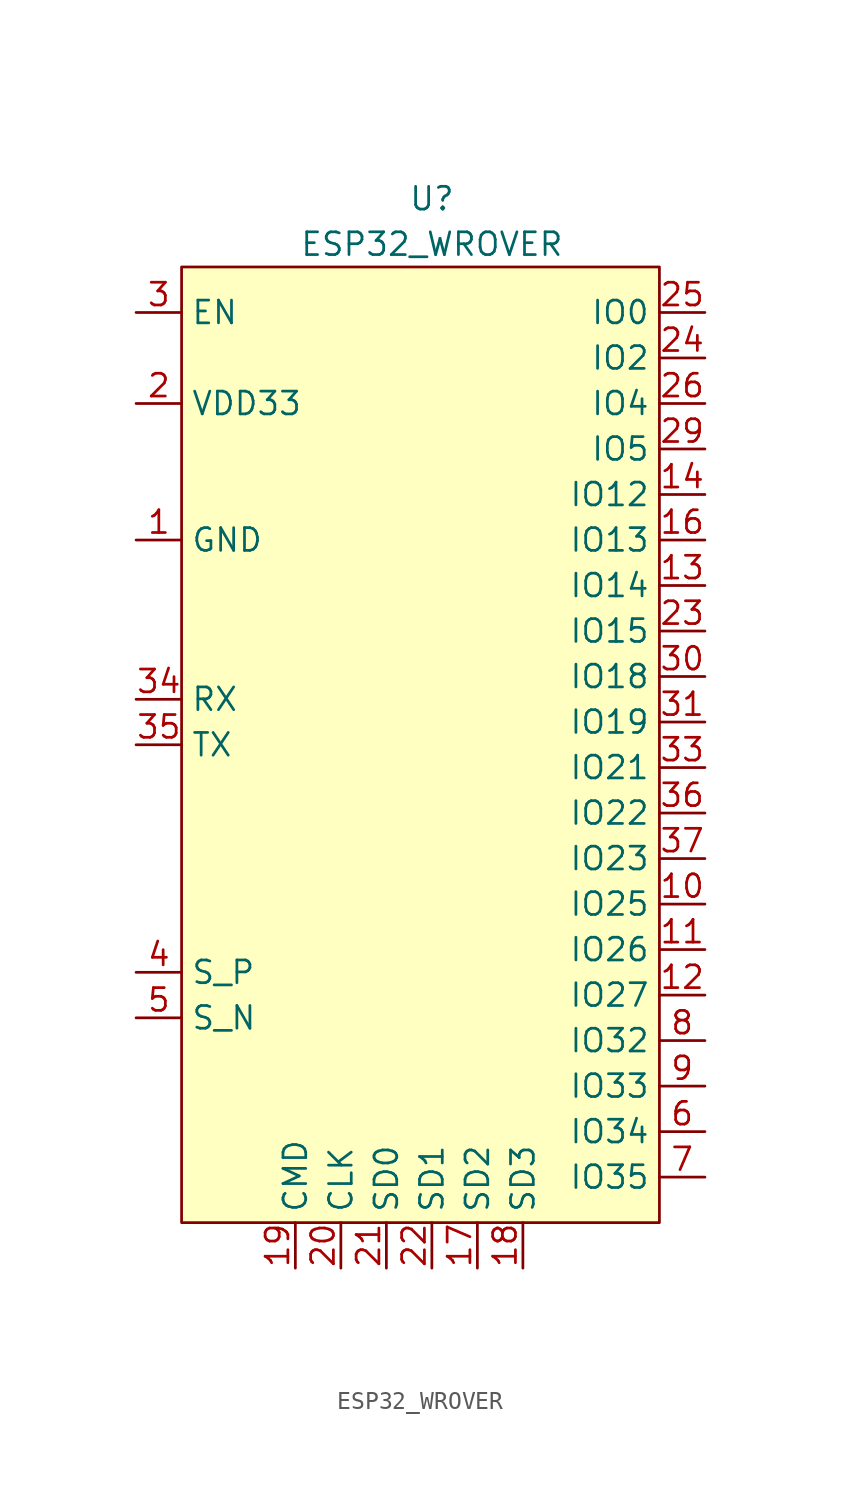
<source format=kicad_sym>
(kicad_symbol_lib
  (version 20211014)
  (generator kicad_symbol_editor)
  (symbol "ESP32_WROVER"
    (property "Reference" "U"
      (at 0 3.81 0)
      (effects (font (size 1.27 1.27))))
    (property "Value" "ESP32_WROVER"
      (at 0 1.27 0)
      (effects (font (size 1.27 1.27))))
    (symbol "ESP32_WROVER_0_0"
      (pin power_in line (at -16.51 -15.24 0) (length 2.54) (name "GND" (effects (font (size 1.27 1.27)))) (number "1" (effects (font (size 1.27 1.27)))))
      (pin bidirectional line (at 15.24 -35.56 180) (length 2.54) (name "IO25" (effects (font (size 1.27 1.27)))) (number "10" (effects (font (size 1.27 1.27)))))
      (pin input line (at 15.24 -38.1 180) (length 2.54) (name "IO26" (effects (font (size 1.27 1.27)))) (number "11" (effects (font (size 1.27 1.27)))))
      (pin output line (at 15.24 -40.64 180) (length 2.54) (name "IO27" (effects (font (size 1.27 1.27)))) (number "12" (effects (font (size 1.27 1.27)))))
      (pin bidirectional line (at 15.24 -17.78 180) (length 2.54) (name "IO14" (effects (font (size 1.27 1.27)))) (number "13" (effects (font (size 1.27 1.27)))))
      (pin bidirectional line (at 15.24 -12.7 180) (length 2.54) (name "IO12" (effects (font (size 1.27 1.27)))) (number "14" (effects (font (size 1.27 1.27)))))
      (pin bidirectional line (at -16.51 -15.24 0) (length 2.54) hide (name "GND" (effects (font (size 1.27 1.27)))) (number "15" (effects (font (size 1.27 1.27)))))
      (pin bidirectional line (at 15.24 -15.24 180) (length 2.54) (name "IO13" (effects (font (size 1.27 1.27)))) (number "16" (effects (font (size 1.27 1.27)))))
      (pin bidirectional line (at 2.54 -55.88 90) (length 2.54) (name "SD2" (effects (font (size 1.27 1.27)))) (number "17" (effects (font (size 1.27 1.27)))))
      (pin bidirectional line (at 5.08 -55.88 90) (length 2.54) (name "SD3" (effects (font (size 1.27 1.27)))) (number "18" (effects (font (size 1.27 1.27)))))
      (pin bidirectional line (at -7.62 -55.88 90) (length 2.54) (name "CMD" (effects (font (size 1.27 1.27)))) (number "19" (effects (font (size 1.27 1.27)))))
      (pin input line (at -16.51 -7.62 0) (length 2.54) (name "VDD33" (effects (font (size 1.27 1.27)))) (number "2" (effects (font (size 1.27 1.27)))))
      (pin bidirectional line (at -5.08 -55.88 90) (length 2.54) (name "CLK" (effects (font (size 1.27 1.27)))) (number "20" (effects (font (size 1.27 1.27)))))
      (pin bidirectional line (at -2.54 -55.88 90) (length 2.54) (name "SD0" (effects (font (size 1.27 1.27)))) (number "21" (effects (font (size 1.27 1.27)))))
      (pin bidirectional line (at 0 -55.88 90) (length 2.54) (name "SD1" (effects (font (size 1.27 1.27)))) (number "22" (effects (font (size 1.27 1.27)))))
      (pin bidirectional line (at 15.24 -20.32 180) (length 2.54) (name "IO15" (effects (font (size 1.27 1.27)))) (number "23" (effects (font (size 1.27 1.27)))))
      (pin bidirectional line (at 15.24 -5.08 180) (length 2.54) (name "IO2" (effects (font (size 1.27 1.27)))) (number "24" (effects (font (size 1.27 1.27)))))
      (pin bidirectional line (at 15.24 -2.54 180) (length 2.54) (name "IO0" (effects (font (size 1.27 1.27)))) (number "25" (effects (font (size 1.27 1.27)))))
      (pin bidirectional line (at 15.24 -7.62 180) (length 2.54) (name "IO4" (effects (font (size 1.27 1.27)))) (number "26" (effects (font (size 1.27 1.27)))))
      (pin bidirectional line (at -1.27 -20.32 0) (length 2.54) hide (name "NC" (effects (font (size 1.27 1.27)))) (number "27" (effects (font (size 1.27 1.27)))))
      (pin bidirectional line (at -1.27 -22.86 0) (length 2.54) hide (name "NC" (effects (font (size 1.27 1.27)))) (number "28" (effects (font (size 1.27 1.27)))))
      (pin bidirectional line (at 15.24 -10.16 180) (length 2.54) (name "IO5" (effects (font (size 1.27 1.27)))) (number "29" (effects (font (size 1.27 1.27)))))
      (pin bidirectional line (at -16.51 -2.54 0) (length 2.54) (name "EN" (effects (font (size 1.27 1.27)))) (number "3" (effects (font (size 1.27 1.27)))))
      (pin bidirectional line (at 15.24 -22.86 180) (length 2.54) (name "IO18" (effects (font (size 1.27 1.27)))) (number "30" (effects (font (size 1.27 1.27)))))
      (pin bidirectional line (at 15.24 -25.4 180) (length 2.54) (name "IO19" (effects (font (size 1.27 1.27)))) (number "31" (effects (font (size 1.27 1.27)))))
      (pin bidirectional line (at -1.27 -25.4 0) (length 2.54) hide (name "NC" (effects (font (size 1.27 1.27)))) (number "32" (effects (font (size 1.27 1.27)))))
      (pin bidirectional line (at 15.24 -27.94 180) (length 2.54) (name "IO21" (effects (font (size 1.27 1.27)))) (number "33" (effects (font (size 1.27 1.27)))))
      (pin bidirectional line (at -16.51 -24.13 0) (length 2.54) (name "RX" (effects (font (size 1.27 1.27)))) (number "34" (effects (font (size 1.27 1.27)))))
      (pin bidirectional line (at -16.51 -26.67 0) (length 2.54) (name "TX" (effects (font (size 1.27 1.27)))) (number "35" (effects (font (size 1.27 1.27)))))
      (pin bidirectional line (at 15.24 -30.48 180) (length 2.54) (name "IO22" (effects (font (size 1.27 1.27)))) (number "36" (effects (font (size 1.27 1.27)))))
      (pin bidirectional line (at 15.24 -33.02 180) (length 2.54) (name "IO23" (effects (font (size 1.27 1.27)))) (number "37" (effects (font (size 1.27 1.27)))))
      (pin bidirectional line (at -16.51 -15.24 0) (length 2.54) hide (name "GND" (effects (font (size 1.27 1.27)))) (number "38" (effects (font (size 1.27 1.27)))))
      (pin bidirectional line (at -16.51 -15.24 0) (length 2.54) hide (name "GND" (effects (font (size 1.27 1.27)))) (number "39" (effects (font (size 1.27 1.27)))))
      (pin bidirectional line (at -16.51 -39.37 0) (length 2.54) (name "S_P" (effects (font (size 1.27 1.27)))) (number "4" (effects (font (size 1.27 1.27)))))
      (pin bidirectional line (at -16.51 -41.91 0) (length 2.54) (name "S_N" (effects (font (size 1.27 1.27)))) (number "5" (effects (font (size 1.27 1.27)))))
      (pin bidirectional line (at 15.24 -48.26 180) (length 2.54) (name "IO34" (effects (font (size 1.27 1.27)))) (number "6" (effects (font (size 1.27 1.27)))))
      (pin bidirectional line (at 15.24 -50.8 180) (length 2.54) (name "IO35" (effects (font (size 1.27 1.27)))) (number "7" (effects (font (size 1.27 1.27)))))
      (pin bidirectional line (at 15.24 -43.18 180) (length 2.54) (name "IO32" (effects (font (size 1.27 1.27)))) (number "8" (effects (font (size 1.27 1.27)))))
      (pin bidirectional line (at 15.24 -45.72 180) (length 2.54) (name "IO33" (effects (font (size 1.27 1.27)))) (number "9" (effects (font (size 1.27 1.27))))))
    (symbol "ESP32_WROVER_0_1"
      (rectangle (start -13.97 0) (end 12.7 -53.34) (stroke (width 0.152) (type default) (color 0 0 0 0)) (fill (type background))))))
</source>
